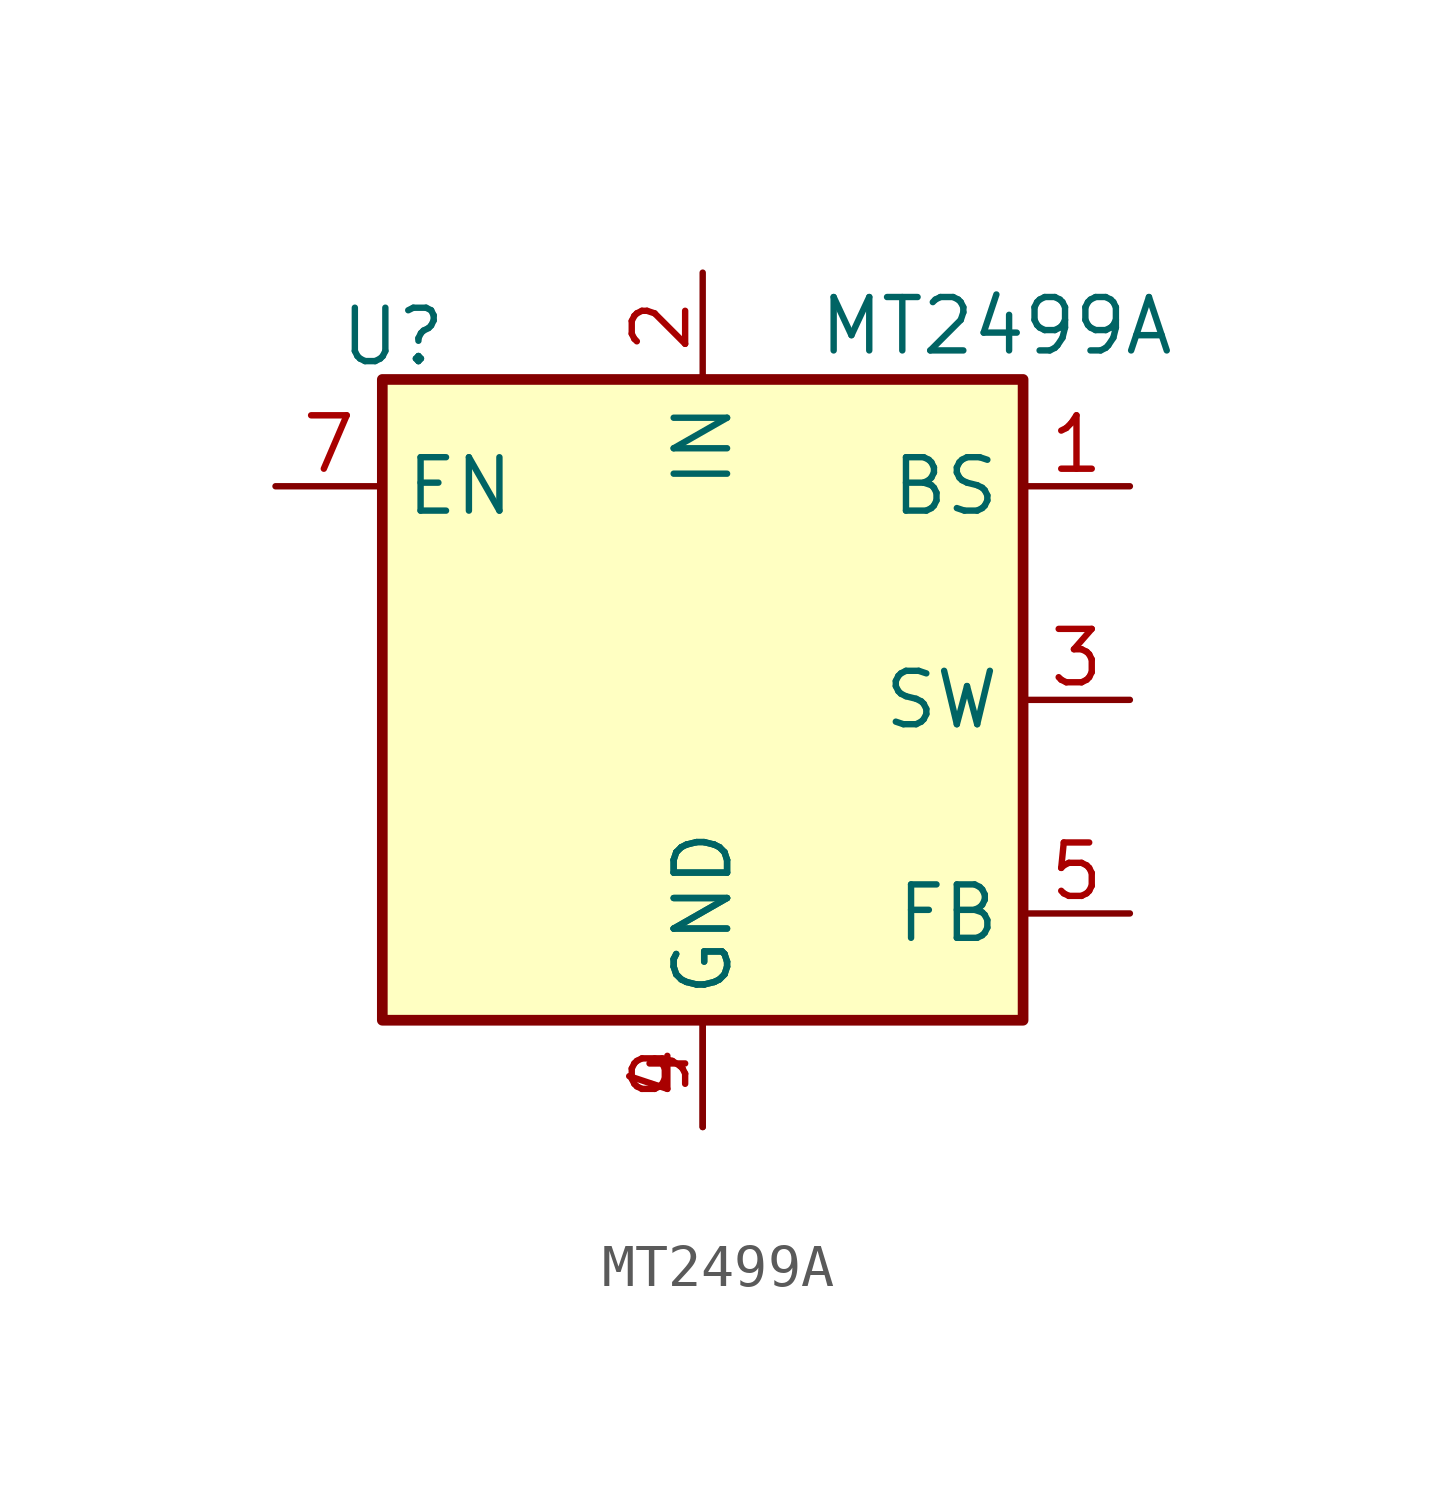
<source format=kicad_sym>
(kicad_symbol_lib
  (version 20211014)
  (generator kicad_symbol_editor)
  (symbol "MT2499A"
    (property "Reference" "U"
      (at -7.366 8.636 0)
      (effects (font (size 1.27 1.27))))
    (property "Value" "MT2499A"
      (at 6.985 8.89 0)
      (effects (font (size 1.27 1.27))))
    (symbol "MT2499A_0_1"
      (rectangle (start -7.62 7.62) (end 7.62 -7.62) (stroke (width 0.254) (type default) (color 0 0 0 0)) (fill (type background))))
    (symbol "MT2499A_1_1"
      (pin passive line (at 10.16 5.08 180) (length 2.54) (name "BS" (effects (font (size 1.27 1.27)))) (number "1" (effects (font (size 1.27 1.27)))))
      (pin power_in line (at 0 10.16 270) (length 2.54) (name "IN" (effects (font (size 1.27 1.27)))) (number "2" (effects (font (size 1.27 1.27)))))
      (pin output line (at 10.16 0 180) (length 2.54) (name "SW" (effects (font (size 1.27 1.27)))) (number "3" (effects (font (size 1.27 1.27)))))
      (pin power_in line (at 0 -10.16 90) (length 2.54) (name "GND" (effects (font (size 1.27 1.27)))) (number "4" (effects (font (size 1.27 1.27)))))
      (pin input line (at 10.16 -5.08 180) (length 2.54) (name "FB" (effects (font (size 1.27 1.27)))) (number "5" (effects (font (size 1.27 1.27)))))
      (pin no_connect line (at -10.16 -5.08 0) (length 2.54) hide (name "COMP" (effects (font (size 1.27 1.27)))) (number "6" (effects (font (size 1.27 1.27)))))
      (pin input line (at -10.16 5.08 0) (length 2.54) (name "EN" (effects (font (size 1.27 1.27)))) (number "7" (effects (font (size 1.27 1.27)))))
      (pin no_connect line (at -10.16 0 0) (length 2.54) hide (name "SS" (effects (font (size 1.27 1.27)))) (number "8" (effects (font (size 1.27 1.27)))))
      (pin power_in line (at 0 -10.16 90) (length 2.54) (name "GND" (effects (font (size 1.27 1.27)))) (number "9" (effects (font (size 1.27 1.27))))))))
</source>
